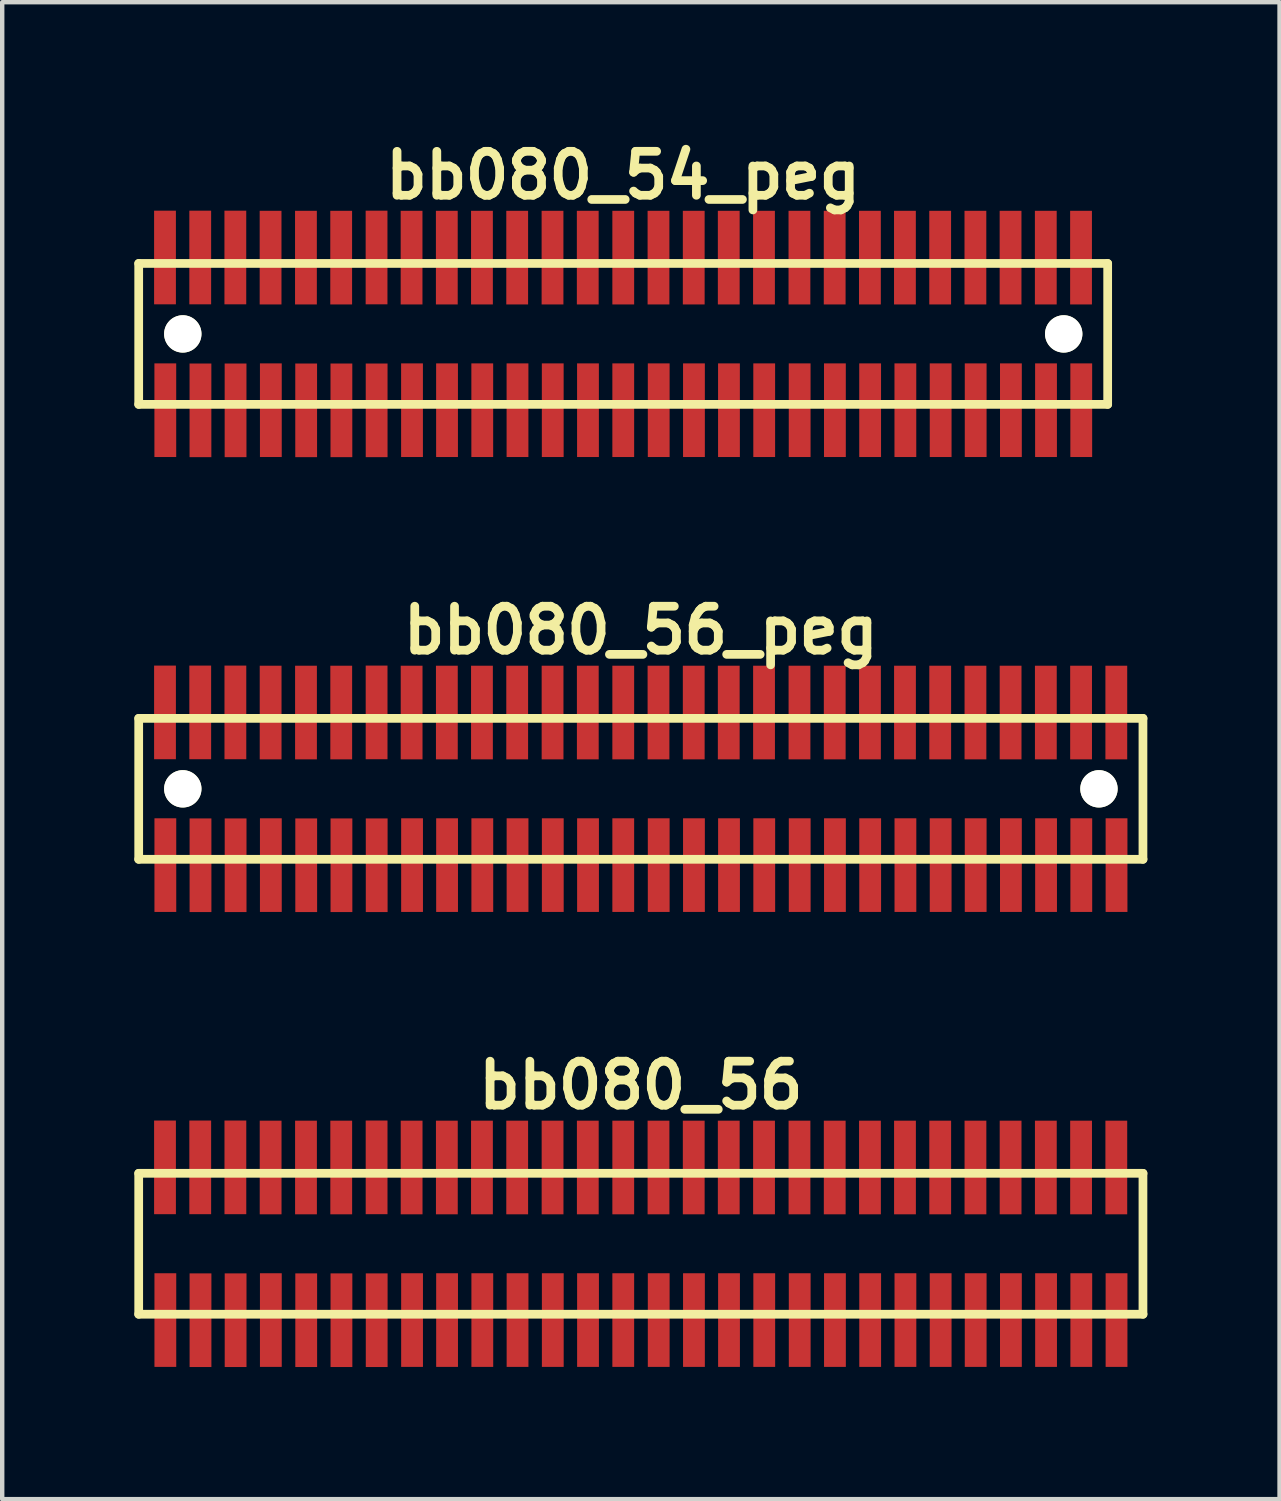
<source format=kicad_pcb>
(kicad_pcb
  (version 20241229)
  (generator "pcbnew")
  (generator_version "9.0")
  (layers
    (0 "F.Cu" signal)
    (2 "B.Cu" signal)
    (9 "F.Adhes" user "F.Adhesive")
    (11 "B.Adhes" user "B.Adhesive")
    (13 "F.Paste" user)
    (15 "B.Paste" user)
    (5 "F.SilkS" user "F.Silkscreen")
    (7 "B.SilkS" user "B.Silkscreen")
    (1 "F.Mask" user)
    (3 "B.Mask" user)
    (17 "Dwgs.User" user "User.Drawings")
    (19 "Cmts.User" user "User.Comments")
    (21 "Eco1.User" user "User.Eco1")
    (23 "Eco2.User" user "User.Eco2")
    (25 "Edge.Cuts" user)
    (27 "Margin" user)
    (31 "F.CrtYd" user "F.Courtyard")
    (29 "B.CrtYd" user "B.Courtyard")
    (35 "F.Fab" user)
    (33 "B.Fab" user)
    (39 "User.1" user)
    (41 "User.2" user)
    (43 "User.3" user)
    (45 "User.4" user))
  (footprint "bb080_54_peg"
    (layer "F.Cu")
    (at 11.097 4.531)
    (property "Reference" "bb080_54_peg" (at 0 -3.599 0) (layer "F.SilkS") (effects (font (size 0.998 0.998) (thickness 0.198))))
    (attr through_hole)
    (fp_line (start -10.998 -1.6) (end -10.998 1.6) (stroke (width 0.198) (type solid)) (layer "F.SilkS"))
    (fp_line (start -10.998 1.6) (end 11.001 1.6) (stroke (width 0.198) (type solid)) (layer "F.SilkS"))
    (fp_line (start 11.001 -1.6) (end -10.998 -1.6) (stroke (width 0.198) (type solid)) (layer "F.SilkS"))
    (fp_line (start 11.001 1.6) (end 11.001 -1.6) (stroke (width 0.198) (type solid)) (layer "F.SilkS"))
    (pad "" np_thru_hole circle (at -9.997 0) (size 0.848 0.848) (drill 0.848) (layers "*.Cu" "*.Mask" "F.SilkS"))
    (pad "" np_thru_hole circle (at 10.003 0) (size 0.848 0.848) (drill 0.848) (layers "*.Cu" "*.Mask" "F.SilkS"))
    (pad "1" smd rect (at -10.394 1.732) (size 0.495 2.126) (layers "F.Cu" "F.Mask" "F.Paste"))
    (pad "2" smd rect (at -10.401 -1.735) (size 0.495 2.126) (layers "F.Cu" "F.Mask" "F.Paste"))
    (pad "3" smd rect (at -9.596 1.735) (size 0.495 2.126) (layers "F.Cu" "F.Mask" "F.Paste"))
    (pad "4" smd rect (at -9.601 -1.735) (size 0.495 2.126) (layers "F.Cu" "F.Mask" "F.Paste"))
    (pad "5" smd rect (at -8.799 1.735) (size 0.495 2.126) (layers "F.Cu" "F.Mask" "F.Paste"))
    (pad "6" smd rect (at -8.804 -1.735) (size 0.495 2.126) (layers "F.Cu" "F.Mask" "F.Paste"))
    (pad "7" smd rect (at -7.998 1.732) (size 0.495 2.126) (layers "F.Cu" "F.Mask" "F.Paste"))
    (pad "8" smd rect (at -8.004 -1.732) (size 0.495 2.126) (layers "F.Cu" "F.Mask" "F.Paste"))
    (pad "9" smd rect (at -7.196 1.735) (size 0.495 2.126) (layers "F.Cu" "F.Mask" "F.Paste"))
    (pad "10" smd rect (at -7.201 -1.732) (size 0.495 2.126) (layers "F.Cu" "F.Mask" "F.Paste"))
    (pad "11" smd rect (at -6.396 1.735) (size 0.495 2.126) (layers "F.Cu" "F.Mask" "F.Paste"))
    (pad "12" smd rect (at -6.401 -1.732) (size 0.495 2.126) (layers "F.Cu" "F.Mask" "F.Paste"))
    (pad "13" smd rect (at -5.596 1.735) (size 0.495 2.126) (layers "F.Cu" "F.Mask" "F.Paste"))
    (pad "14" smd rect (at -5.598 -1.735) (size 0.495 2.126) (layers "F.Cu" "F.Mask" "F.Paste"))
    (pad "15" smd rect (at -4.793 1.732) (size 0.495 2.126) (layers "F.Cu" "F.Mask" "F.Paste"))
    (pad "16" smd rect (at -4.803 -1.732) (size 0.495 2.126) (layers "F.Cu" "F.Mask" "F.Paste"))
    (pad "17" smd rect (at -3.998 1.732) (size 0.495 2.126) (layers "F.Cu" "F.Mask" "F.Paste"))
    (pad "18" smd rect (at -4.003 -1.732) (size 0.495 2.126) (layers "F.Cu" "F.Mask" "F.Paste"))
    (pad "19" smd rect (at -3.198 1.732) (size 0.495 2.126) (layers "F.Cu" "F.Mask" "F.Paste"))
    (pad "20" smd rect (at -3.205 -1.732) (size 0.495 2.126) (layers "F.Cu" "F.Mask" "F.Paste"))
    (pad "21" smd rect (at -2.398 1.732) (size 0.495 2.126) (layers "F.Cu" "F.Mask" "F.Paste"))
    (pad "22" smd rect (at -2.405 -1.732) (size 0.495 2.126) (layers "F.Cu" "F.Mask" "F.Paste"))
    (pad "23" smd rect (at -1.598 1.732) (size 0.495 2.126) (layers "F.Cu" "F.Mask" "F.Paste"))
    (pad "24" smd rect (at -1.603 -1.732) (size 0.495 2.126) (layers "F.Cu" "F.Mask" "F.Paste"))
    (pad "25" smd rect (at -0.798 1.732) (size 0.495 2.126) (layers "F.Cu" "F.Mask" "F.Paste"))
    (pad "26" smd rect (at -0.803 -1.732) (size 0.495 2.126) (layers "F.Cu" "F.Mask" "F.Paste"))
    (pad "27" smd rect (at 0.003 1.732) (size 0.495 2.126) (layers "F.Cu" "F.Mask" "F.Paste"))
    (pad "28" smd rect (at 0.003 -1.732) (size 0.495 2.126) (layers "F.Cu" "F.Mask" "F.Paste"))
    (pad "29" smd rect (at 0.808 1.732) (size 0.495 2.126) (layers "F.Cu" "F.Mask" "F.Paste"))
    (pad "30" smd rect (at 0.803 -1.732) (size 0.495 2.126) (layers "F.Cu" "F.Mask" "F.Paste"))
    (pad "31" smd rect (at 1.608 1.732) (size 0.495 2.126) (layers "F.Cu" "F.Mask" "F.Paste"))
    (pad "32" smd rect (at 1.603 -1.732) (size 0.495 2.126) (layers "F.Cu" "F.Mask" "F.Paste"))
    (pad "33" smd rect (at 2.403 1.732) (size 0.495 2.126) (layers "F.Cu" "F.Mask" "F.Paste"))
    (pad "34" smd rect (at 2.398 -1.732) (size 0.495 2.126) (layers "F.Cu" "F.Mask" "F.Paste"))
    (pad "35" smd rect (at 3.203 1.732) (size 0.495 2.126) (layers "F.Cu" "F.Mask" "F.Paste"))
    (pad "36" smd rect (at 3.198 -1.732) (size 0.495 2.126) (layers "F.Cu" "F.Mask" "F.Paste"))
    (pad "37" smd rect (at 4.008 1.732) (size 0.495 2.126) (layers "F.Cu" "F.Mask" "F.Paste"))
    (pad "38" smd rect (at 4.003 -1.732) (size 0.495 2.126) (layers "F.Cu" "F.Mask" "F.Paste"))
    (pad "39" smd rect (at 4.808 1.732) (size 0.495 2.126) (layers "F.Cu" "F.Mask" "F.Paste"))
    (pad "40" smd rect (at 4.803 -1.732) (size 0.495 2.126) (layers "F.Cu" "F.Mask" "F.Paste"))
    (pad "41" smd rect (at 5.608 1.732) (size 0.495 2.126) (layers "F.Cu" "F.Mask" "F.Paste"))
    (pad "42" smd rect (at 5.603 -1.732) (size 0.495 2.126) (layers "F.Cu" "F.Mask" "F.Paste"))
    (pad "43" smd rect (at 6.408 1.732) (size 0.495 2.126) (layers "F.Cu" "F.Mask" "F.Paste"))
    (pad "44" smd rect (at 6.398 -1.732) (size 0.495 2.126) (layers "F.Cu" "F.Mask" "F.Paste"))
    (pad "45" smd rect (at 7.209 1.732) (size 0.495 2.126) (layers "F.Cu" "F.Mask" "F.Paste"))
    (pad "46" smd rect (at 7.198 -1.732) (size 0.495 2.126) (layers "F.Cu" "F.Mask" "F.Paste"))
    (pad "47" smd rect (at 8.004 1.732) (size 0.495 2.126) (layers "F.Cu" "F.Mask" "F.Paste"))
    (pad "48" smd rect (at 7.998 -1.732) (size 0.495 2.126) (layers "F.Cu" "F.Mask" "F.Paste"))
    (pad "49" smd rect (at 8.804 1.732) (size 0.495 2.126) (layers "F.Cu" "F.Mask" "F.Paste"))
    (pad "50" smd rect (at 8.796 -1.732) (size 0.495 2.126) (layers "F.Cu" "F.Mask" "F.Paste"))
    (pad "51" smd rect (at 9.601 1.732) (size 0.495 2.126) (layers "F.Cu" "F.Mask" "F.Paste"))
    (pad "52" smd rect (at 9.596 -1.732) (size 0.495 2.126) (layers "F.Cu" "F.Mask" "F.Paste"))
    (pad "53" smd rect (at 10.401 1.732) (size 0.495 2.126) (layers "F.Cu" "F.Mask" "F.Paste"))
    (pad "54" smd rect (at 10.396 -1.732) (size 0.495 2.126) (layers "F.Cu" "F.Mask" "F.Paste")))
  (footprint "bb080_56"
    (layer "F.Cu")
    (at 11.499 25.188)
    (property "Reference" "bb080_56" (at 0 -3.599 0) (layer "F.SilkS") (effects (font (size 0.998 0.998) (thickness 0.198))))
    (attr through_hole)
    (fp_line (start -11.4 -1.6) (end -11.4 1.6) (stroke (width 0.198) (type solid)) (layer "F.SilkS"))
    (fp_line (start -11.4 -1.6) (end 11.402 -1.6) (stroke (width 0.198) (type solid)) (layer "F.SilkS"))
    (fp_line (start 11.4 1.6) (end 11.4 -1.6) (stroke (width 0.198) (type solid)) (layer "F.SilkS"))
    (fp_line (start 11.402 1.6) (end -11.4 1.6) (stroke (width 0.198) (type solid)) (layer "F.SilkS"))
    (pad "1" smd rect (at -10.795 1.732) (size 0.495 2.126) (layers "F.Cu" "F.Mask" "F.Paste"))
    (pad "2" smd rect (at -10.803 -1.735) (size 0.495 2.126) (layers "F.Cu" "F.Mask" "F.Paste"))
    (pad "3" smd rect (at -9.997 1.735) (size 0.495 2.126) (layers "F.Cu" "F.Mask" "F.Paste"))
    (pad "4" smd rect (at -10.003 -1.735) (size 0.495 2.126) (layers "F.Cu" "F.Mask" "F.Paste"))
    (pad "5" smd rect (at -9.2 1.735) (size 0.495 2.126) (layers "F.Cu" "F.Mask" "F.Paste"))
    (pad "6" smd rect (at -9.205 -1.735) (size 0.495 2.126) (layers "F.Cu" "F.Mask" "F.Paste"))
    (pad "7" smd rect (at -8.4 1.732) (size 0.495 2.126) (layers "F.Cu" "F.Mask" "F.Paste"))
    (pad "8" smd rect (at -8.405 -1.732) (size 0.495 2.126) (layers "F.Cu" "F.Mask" "F.Paste"))
    (pad "9" smd rect (at -7.597 1.735) (size 0.495 2.126) (layers "F.Cu" "F.Mask" "F.Paste"))
    (pad "10" smd rect (at -7.602 -1.732) (size 0.495 2.126) (layers "F.Cu" "F.Mask" "F.Paste"))
    (pad "11" smd rect (at -6.797 1.735) (size 0.495 2.126) (layers "F.Cu" "F.Mask" "F.Paste"))
    (pad "12" smd rect (at -6.802 -1.732) (size 0.495 2.126) (layers "F.Cu" "F.Mask" "F.Paste"))
    (pad "13" smd rect (at -5.997 1.735) (size 0.495 2.126) (layers "F.Cu" "F.Mask" "F.Paste"))
    (pad "14" smd rect (at -5.999 -1.735) (size 0.495 2.126) (layers "F.Cu" "F.Mask" "F.Paste"))
    (pad "15" smd rect (at -5.194 1.732) (size 0.495 2.126) (layers "F.Cu" "F.Mask" "F.Paste"))
    (pad "16" smd rect (at -5.204 -1.732) (size 0.495 2.126) (layers "F.Cu" "F.Mask" "F.Paste"))
    (pad "17" smd rect (at -4.399 1.732) (size 0.495 2.126) (layers "F.Cu" "F.Mask" "F.Paste"))
    (pad "18" smd rect (at -4.404 -1.732) (size 0.495 2.126) (layers "F.Cu" "F.Mask" "F.Paste"))
    (pad "19" smd rect (at -3.599 1.732) (size 0.495 2.126) (layers "F.Cu" "F.Mask" "F.Paste"))
    (pad "20" smd rect (at -3.607 -1.732) (size 0.495 2.126) (layers "F.Cu" "F.Mask" "F.Paste"))
    (pad "21" smd rect (at -2.799 1.732) (size 0.495 2.126) (layers "F.Cu" "F.Mask" "F.Paste"))
    (pad "22" smd rect (at -2.807 -1.732) (size 0.495 2.126) (layers "F.Cu" "F.Mask" "F.Paste"))
    (pad "23" smd rect (at -1.999 1.732) (size 0.495 2.126) (layers "F.Cu" "F.Mask" "F.Paste"))
    (pad "24" smd rect (at -2.004 -1.732) (size 0.495 2.126) (layers "F.Cu" "F.Mask" "F.Paste"))
    (pad "25" smd rect (at -1.199 1.732) (size 0.495 2.126) (layers "F.Cu" "F.Mask" "F.Paste"))
    (pad "26" smd rect (at -1.204 -1.732) (size 0.495 2.126) (layers "F.Cu" "F.Mask" "F.Paste"))
    (pad "27" smd rect (at -0.399 1.732) (size 0.495 2.126) (layers "F.Cu" "F.Mask" "F.Paste"))
    (pad "28" smd rect (at -0.399 -1.732) (size 0.495 2.126) (layers "F.Cu" "F.Mask" "F.Paste"))
    (pad "29" smd rect (at 0.406 1.732) (size 0.495 2.126) (layers "F.Cu" "F.Mask" "F.Paste"))
    (pad "30" smd rect (at 0.401 -1.732) (size 0.495 2.126) (layers "F.Cu" "F.Mask" "F.Paste"))
    (pad "31" smd rect (at 1.206 1.732) (size 0.495 2.126) (layers "F.Cu" "F.Mask" "F.Paste"))
    (pad "32" smd rect (at 1.201 -1.732) (size 0.495 2.126) (layers "F.Cu" "F.Mask" "F.Paste"))
    (pad "33" smd rect (at 2.002 1.732) (size 0.495 2.126) (layers "F.Cu" "F.Mask" "F.Paste"))
    (pad "34" smd rect (at 1.996 -1.732) (size 0.495 2.126) (layers "F.Cu" "F.Mask" "F.Paste"))
    (pad "35" smd rect (at 2.802 1.732) (size 0.495 2.126) (layers "F.Cu" "F.Mask" "F.Paste"))
    (pad "36" smd rect (at 2.797 -1.732) (size 0.495 2.126) (layers "F.Cu" "F.Mask" "F.Paste"))
    (pad "37" smd rect (at 3.607 1.732) (size 0.495 2.126) (layers "F.Cu" "F.Mask" "F.Paste"))
    (pad "38" smd rect (at 3.602 -1.732) (size 0.495 2.126) (layers "F.Cu" "F.Mask" "F.Paste"))
    (pad "39" smd rect (at 4.407 1.732) (size 0.495 2.126) (layers "F.Cu" "F.Mask" "F.Paste"))
    (pad "40" smd rect (at 4.402 -1.732) (size 0.495 2.126) (layers "F.Cu" "F.Mask" "F.Paste"))
    (pad "41" smd rect (at 5.207 1.732) (size 0.495 2.126) (layers "F.Cu" "F.Mask" "F.Paste"))
    (pad "42" smd rect (at 5.202 -1.732) (size 0.495 2.126) (layers "F.Cu" "F.Mask" "F.Paste"))
    (pad "43" smd rect (at 6.007 1.732) (size 0.495 2.126) (layers "F.Cu" "F.Mask" "F.Paste"))
    (pad "44" smd rect (at 5.997 -1.732) (size 0.495 2.126) (layers "F.Cu" "F.Mask" "F.Paste"))
    (pad "45" smd rect (at 6.807 1.732) (size 0.495 2.126) (layers "F.Cu" "F.Mask" "F.Paste"))
    (pad "46" smd rect (at 6.797 -1.732) (size 0.495 2.126) (layers "F.Cu" "F.Mask" "F.Paste"))
    (pad "47" smd rect (at 7.602 1.732) (size 0.495 2.126) (layers "F.Cu" "F.Mask" "F.Paste"))
    (pad "48" smd rect (at 7.597 -1.732) (size 0.495 2.126) (layers "F.Cu" "F.Mask" "F.Paste"))
    (pad "49" smd rect (at 8.402 1.732) (size 0.495 2.126) (layers "F.Cu" "F.Mask" "F.Paste"))
    (pad "50" smd rect (at 8.395 -1.732) (size 0.495 2.126) (layers "F.Cu" "F.Mask" "F.Paste"))
    (pad "51" smd rect (at 9.2 1.732) (size 0.495 2.126) (layers "F.Cu" "F.Mask" "F.Paste"))
    (pad "52" smd rect (at 9.195 -1.732) (size 0.495 2.126) (layers "F.Cu" "F.Mask" "F.Paste"))
    (pad "53" smd rect (at 10 1.732) (size 0.495 2.126) (layers "F.Cu" "F.Mask" "F.Paste"))
    (pad "54" smd rect (at 9.995 -1.732) (size 0.495 2.126) (layers "F.Cu" "F.Mask" "F.Paste"))
    (pad "55" smd rect (at 10.8 1.732) (size 0.495 2.126) (layers "F.Cu" "F.Mask" "F.Paste"))
    (pad "56" smd rect (at 10.795 -1.732) (size 0.495 2.126) (layers "F.Cu" "F.Mask" "F.Paste")))
  (footprint "bb080_56_peg"
    (layer "F.Cu")
    (at 11.499 14.859)
    (property "Reference" "bb080_56_peg" (at 0 -3.599 0) (layer "F.SilkS") (effects (font (size 0.998 0.998) (thickness 0.198))))
    (attr through_hole)
    (fp_line (start -11.4 -1.6) (end -11.4 1.6) (stroke (width 0.198) (type solid)) (layer "F.SilkS"))
    (fp_line (start -11.4 -1.6) (end 11.402 -1.6) (stroke (width 0.198) (type solid)) (layer "F.SilkS"))
    (fp_line (start 11.4 1.6) (end 11.4 -1.6) (stroke (width 0.198) (type solid)) (layer "F.SilkS"))
    (fp_line (start 11.402 1.6) (end -11.4 1.6) (stroke (width 0.198) (type solid)) (layer "F.SilkS"))
    (pad "" np_thru_hole circle (at -10.399 0) (size 0.848 0.848) (drill 0.848) (layers "*.Cu" "*.Mask" "F.SilkS"))
    (pad "" np_thru_hole circle (at 10.401 0) (size 0.848 0.848) (drill 0.848) (layers "*.Cu" "*.Mask" "F.SilkS"))
    (pad "1" smd rect (at -10.795 1.732) (size 0.495 2.126) (layers "F.Cu" "F.Mask" "F.Paste"))
    (pad "2" smd rect (at -10.803 -1.735) (size 0.495 2.126) (layers "F.Cu" "F.Mask" "F.Paste"))
    (pad "3" smd rect (at -9.997 1.735) (size 0.495 2.126) (layers "F.Cu" "F.Mask" "F.Paste"))
    (pad "4" smd rect (at -10.003 -1.735) (size 0.495 2.126) (layers "F.Cu" "F.Mask" "F.Paste"))
    (pad "5" smd rect (at -9.2 1.735) (size 0.495 2.126) (layers "F.Cu" "F.Mask" "F.Paste"))
    (pad "6" smd rect (at -9.205 -1.735) (size 0.495 2.126) (layers "F.Cu" "F.Mask" "F.Paste"))
    (pad "7" smd rect (at -8.4 1.732) (size 0.495 2.126) (layers "F.Cu" "F.Mask" "F.Paste"))
    (pad "8" smd rect (at -8.405 -1.732) (size 0.495 2.126) (layers "F.Cu" "F.Mask" "F.Paste"))
    (pad "9" smd rect (at -7.597 1.735) (size 0.495 2.126) (layers "F.Cu" "F.Mask" "F.Paste"))
    (pad "10" smd rect (at -7.602 -1.732) (size 0.495 2.126) (layers "F.Cu" "F.Mask" "F.Paste"))
    (pad "11" smd rect (at -6.797 1.735) (size 0.495 2.126) (layers "F.Cu" "F.Mask" "F.Paste"))
    (pad "12" smd rect (at -6.802 -1.732) (size 0.495 2.126) (layers "F.Cu" "F.Mask" "F.Paste"))
    (pad "13" smd rect (at -5.997 1.735) (size 0.495 2.126) (layers "F.Cu" "F.Mask" "F.Paste"))
    (pad "14" smd rect (at -5.999 -1.735) (size 0.495 2.126) (layers "F.Cu" "F.Mask" "F.Paste"))
    (pad "15" smd rect (at -5.194 1.732) (size 0.495 2.126) (layers "F.Cu" "F.Mask" "F.Paste"))
    (pad "16" smd rect (at -5.204 -1.732) (size 0.495 2.126) (layers "F.Cu" "F.Mask" "F.Paste"))
    (pad "17" smd rect (at -4.399 1.732) (size 0.495 2.126) (layers "F.Cu" "F.Mask" "F.Paste"))
    (pad "18" smd rect (at -4.404 -1.732) (size 0.495 2.126) (layers "F.Cu" "F.Mask" "F.Paste"))
    (pad "19" smd rect (at -3.599 1.732) (size 0.495 2.126) (layers "F.Cu" "F.Mask" "F.Paste"))
    (pad "20" smd rect (at -3.607 -1.732) (size 0.495 2.126) (layers "F.Cu" "F.Mask" "F.Paste"))
    (pad "21" smd rect (at -2.799 1.732) (size 0.495 2.126) (layers "F.Cu" "F.Mask" "F.Paste"))
    (pad "22" smd rect (at -2.807 -1.732) (size 0.495 2.126) (layers "F.Cu" "F.Mask" "F.Paste"))
    (pad "23" smd rect (at -1.999 1.732) (size 0.495 2.126) (layers "F.Cu" "F.Mask" "F.Paste"))
    (pad "24" smd rect (at -2.004 -1.732) (size 0.495 2.126) (layers "F.Cu" "F.Mask" "F.Paste"))
    (pad "25" smd rect (at -1.199 1.732) (size 0.495 2.126) (layers "F.Cu" "F.Mask" "F.Paste"))
    (pad "26" smd rect (at -1.204 -1.732) (size 0.495 2.126) (layers "F.Cu" "F.Mask" "F.Paste"))
    (pad "27" smd rect (at -0.399 1.732) (size 0.495 2.126) (layers "F.Cu" "F.Mask" "F.Paste"))
    (pad "28" smd rect (at -0.399 -1.732) (size 0.495 2.126) (layers "F.Cu" "F.Mask" "F.Paste"))
    (pad "29" smd rect (at 0.406 1.732) (size 0.495 2.126) (layers "F.Cu" "F.Mask" "F.Paste"))
    (pad "30" smd rect (at 0.401 -1.732) (size 0.495 2.126) (layers "F.Cu" "F.Mask" "F.Paste"))
    (pad "31" smd rect (at 1.206 1.732) (size 0.495 2.126) (layers "F.Cu" "F.Mask" "F.Paste"))
    (pad "32" smd rect (at 1.201 -1.732) (size 0.495 2.126) (layers "F.Cu" "F.Mask" "F.Paste"))
    (pad "33" smd rect (at 2.002 1.732) (size 0.495 2.126) (layers "F.Cu" "F.Mask" "F.Paste"))
    (pad "34" smd rect (at 1.996 -1.732) (size 0.495 2.126) (layers "F.Cu" "F.Mask" "F.Paste"))
    (pad "35" smd rect (at 2.802 1.732) (size 0.495 2.126) (layers "F.Cu" "F.Mask" "F.Paste"))
    (pad "36" smd rect (at 2.797 -1.732) (size 0.495 2.126) (layers "F.Cu" "F.Mask" "F.Paste"))
    (pad "37" smd rect (at 3.607 1.732) (size 0.495 2.126) (layers "F.Cu" "F.Mask" "F.Paste"))
    (pad "38" smd rect (at 3.602 -1.732) (size 0.495 2.126) (layers "F.Cu" "F.Mask" "F.Paste"))
    (pad "39" smd rect (at 4.407 1.732) (size 0.495 2.126) (layers "F.Cu" "F.Mask" "F.Paste"))
    (pad "40" smd rect (at 4.402 -1.732) (size 0.495 2.126) (layers "F.Cu" "F.Mask" "F.Paste"))
    (pad "41" smd rect (at 5.207 1.732) (size 0.495 2.126) (layers "F.Cu" "F.Mask" "F.Paste"))
    (pad "42" smd rect (at 5.202 -1.732) (size 0.495 2.126) (layers "F.Cu" "F.Mask" "F.Paste"))
    (pad "43" smd rect (at 6.007 1.732) (size 0.495 2.126) (layers "F.Cu" "F.Mask" "F.Paste"))
    (pad "44" smd rect (at 5.997 -1.732) (size 0.495 2.126) (layers "F.Cu" "F.Mask" "F.Paste"))
    (pad "45" smd rect (at 6.807 1.732) (size 0.495 2.126) (layers "F.Cu" "F.Mask" "F.Paste"))
    (pad "46" smd rect (at 6.797 -1.732) (size 0.495 2.126) (layers "F.Cu" "F.Mask" "F.Paste"))
    (pad "47" smd rect (at 7.602 1.732) (size 0.495 2.126) (layers "F.Cu" "F.Mask" "F.Paste"))
    (pad "48" smd rect (at 7.597 -1.732) (size 0.495 2.126) (layers "F.Cu" "F.Mask" "F.Paste"))
    (pad "49" smd rect (at 8.402 1.732) (size 0.495 2.126) (layers "F.Cu" "F.Mask" "F.Paste"))
    (pad "50" smd rect (at 8.395 -1.732) (size 0.495 2.126) (layers "F.Cu" "F.Mask" "F.Paste"))
    (pad "51" smd rect (at 9.2 1.732) (size 0.495 2.126) (layers "F.Cu" "F.Mask" "F.Paste"))
    (pad "52" smd rect (at 9.195 -1.732) (size 0.495 2.126) (layers "F.Cu" "F.Mask" "F.Paste"))
    (pad "53" smd rect (at 10 1.732) (size 0.495 2.126) (layers "F.Cu" "F.Mask" "F.Paste"))
    (pad "54" smd rect (at 9.995 -1.732) (size 0.495 2.126) (layers "F.Cu" "F.Mask" "F.Paste"))
    (pad "55" smd rect (at 10.8 1.732) (size 0.495 2.126) (layers "F.Cu" "F.Mask" "F.Paste"))
    (pad "56" smd rect (at 10.795 -1.732) (size 0.495 2.126) (layers "F.Cu" "F.Mask" "F.Paste")))
  (gr_rect
    (start -3 -3)
    (end 26 30.986)
    (stroke (width 0.1) (type default))
    (fill no)
    (layer "Edge.Cuts")))
</source>
